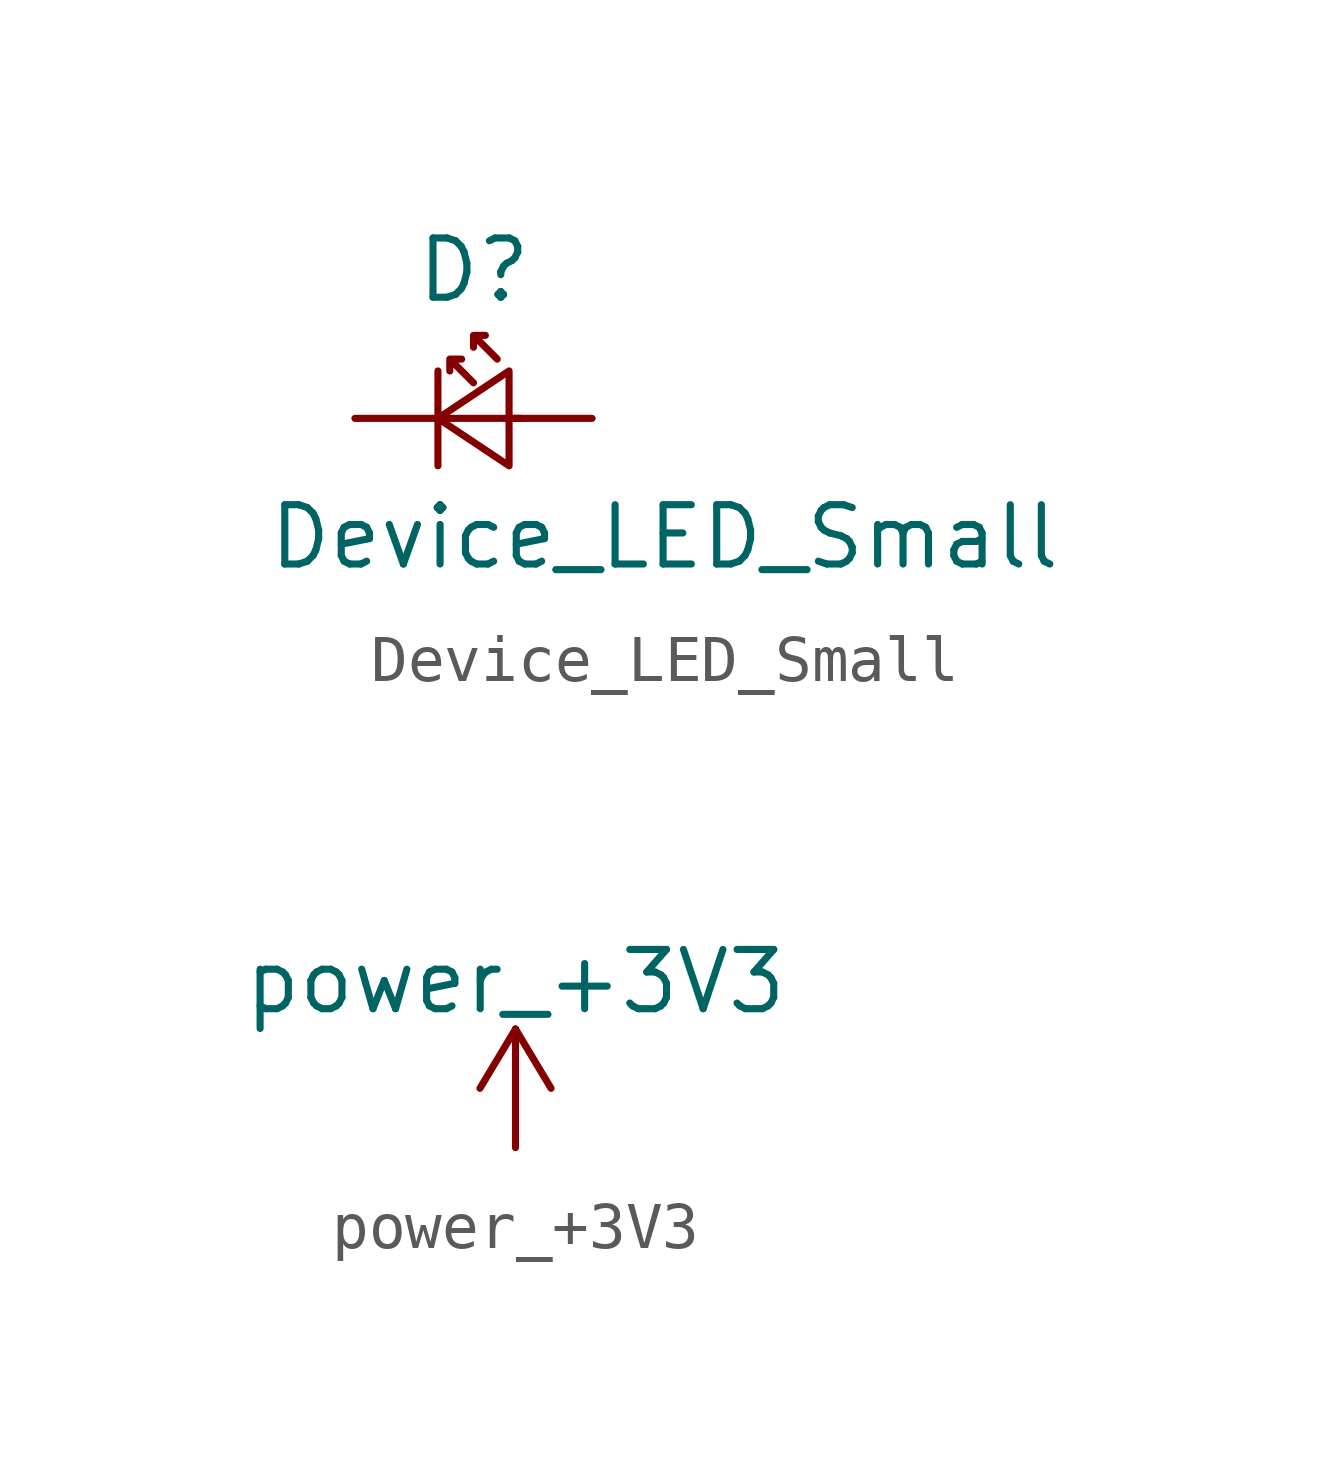
<source format=kicad_sym>
(kicad_symbol_lib
  (version 20211014)
  (generator kicad_symbol_editor)
  (symbol "Device_LED_Small"
    (pin_numbers hide)
    (pin_names
      (offset 0.254) hide)
    (property "Reference" "D"
      (at -1.27 3.175 0)
      (effects (font (size 1.27 1.27)) (justify left)))
    (property "Value" "Device_LED_Small"
      (at -4.445 -2.54 0)
      (effects (font (size 1.27 1.27)) (justify left)))
    (symbol "Device_LED_Small_0_1"
      (polyline (pts (xy -0.762 -1.016) (xy -0.762 1.016)) (stroke (width 0) (type default) (color 0 0 0 0)) (fill (type none)))
      (polyline (pts (xy 1.016 0) (xy -0.762 0)) (stroke (width 0) (type default) (color 0 0 0 0)) (fill (type none)))
      (polyline (pts (xy 0.762 -1.016) (xy -0.762 0) (xy 0.762 1.016) (xy 0.762 -1.016)) (stroke (width 0) (type default) (color 0 0 0 0)) (fill (type none)))
      (polyline (pts (xy 0 0.762) (xy -0.508 1.27) (xy -0.254 1.27) (xy -0.508 1.27) (xy -0.508 1.016)) (stroke (width 0) (type default) (color 0 0 0 0)) (fill (type none)))
      (polyline (pts (xy 0.508 1.27) (xy 0 1.778) (xy 0.254 1.778) (xy 0 1.778) (xy 0 1.524)) (stroke (width 0) (type default) (color 0 0 0 0)) (fill (type none))))
    (symbol "Device_LED_Small_1_1"
      (pin passive line (at -2.54 0 0) (length 1.778) (name "K" (effects (font (size 1.27 1.27)))) (number "1" (effects (font (size 1.27 1.27)))))
      (pin passive line (at 2.54 0 180) (length 1.778) (name "A" (effects (font (size 1.27 1.27)))) (number "2" (effects (font (size 1.27 1.27)))))))
  (symbol "power_+3V3"
    (power)
    (pin_names
      (offset 0))
    (property "Reference" "#PWR"
      (at 0 -3.81 0)
      (effects (font (size 1.27 1.27)) hide))
    (property "Value" "power_+3V3"
      (at 0 3.556 0)
      (effects (font (size 1.27 1.27))))
    (symbol "power_+3V3_0_1"
      (polyline (pts (xy -0.762 1.27) (xy 0 2.54)) (stroke (width 0) (type default) (color 0 0 0 0)) (fill (type none)))
      (polyline (pts (xy 0 0) (xy 0 2.54)) (stroke (width 0) (type default) (color 0 0 0 0)) (fill (type none)))
      (polyline (pts (xy 0 2.54) (xy 0.762 1.27)) (stroke (width 0) (type default) (color 0 0 0 0)) (fill (type none))))
    (symbol "power_+3V3_1_1"
      (pin power_in line (at 0 0 90) (length 0) hide (name "+3V3" (effects (font (size 1.27 1.27)))) (number "1" (effects (font (size 1.27 1.27))))))))
</source>
